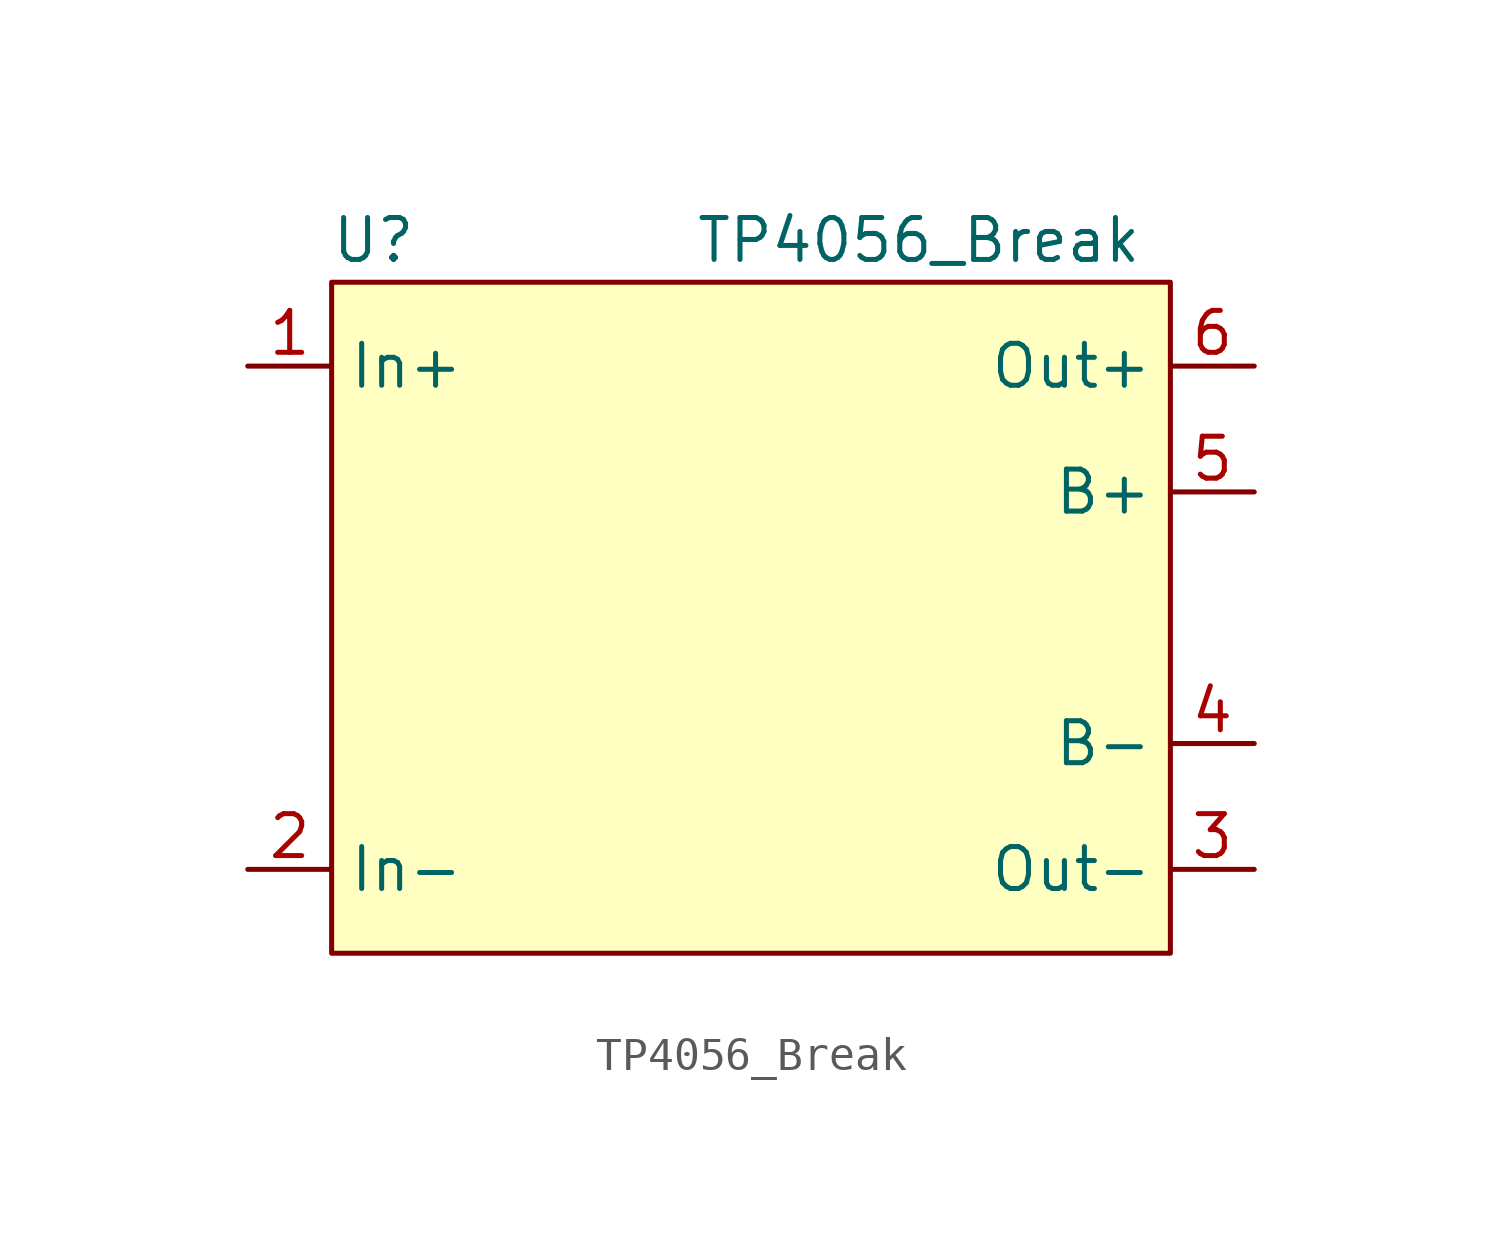
<source format=kicad_sym>
(kicad_symbol_lib
  (version 20211014)
  (generator kicad_symbol_editor)
  (symbol "TP4056_Break"
    (property "Reference" "U"
      (at -11.43 11.43 0)
      (effects (font (size 1.27 1.27))))
    (property "Value" "TP4056_Break"
      (at 5.08 11.43 0)
      (effects (font (size 1.27 1.27))))
    (symbol "TP4056_Break_0_1"
      (rectangle (start -12.7 10.16) (end 12.7 -10.16) (stroke (width 0) (type default) (color 0 0 0 0)) (fill (type background))))
    (symbol "TP4056_Break_1_1"
      (pin power_out line (at -15.24 7.62 0) (length 2.54) (name "In+" (effects (font (size 1.27 1.27)))) (number "1" (effects (font (size 1.27 1.27)))))
      (pin power_out line (at -15.24 -7.62 0) (length 2.54) (name "In-" (effects (font (size 1.27 1.27)))) (number "2" (effects (font (size 1.27 1.27)))))
      (pin power_out line (at 15.24 -7.62 180) (length 2.54) (name "Out-" (effects (font (size 1.27 1.27)))) (number "3" (effects (font (size 1.27 1.27)))))
      (pin power_out line (at 15.24 -3.81 180) (length 2.54) (name "B-" (effects (font (size 1.27 1.27)))) (number "4" (effects (font (size 1.27 1.27)))))
      (pin power_out line (at 15.24 3.81 180) (length 2.54) (name "B+" (effects (font (size 1.27 1.27)))) (number "5" (effects (font (size 1.27 1.27)))))
      (pin power_out line (at 15.24 7.62 180) (length 2.54) (name "Out+" (effects (font (size 1.27 1.27)))) (number "6" (effects (font (size 1.27 1.27))))))))
</source>
